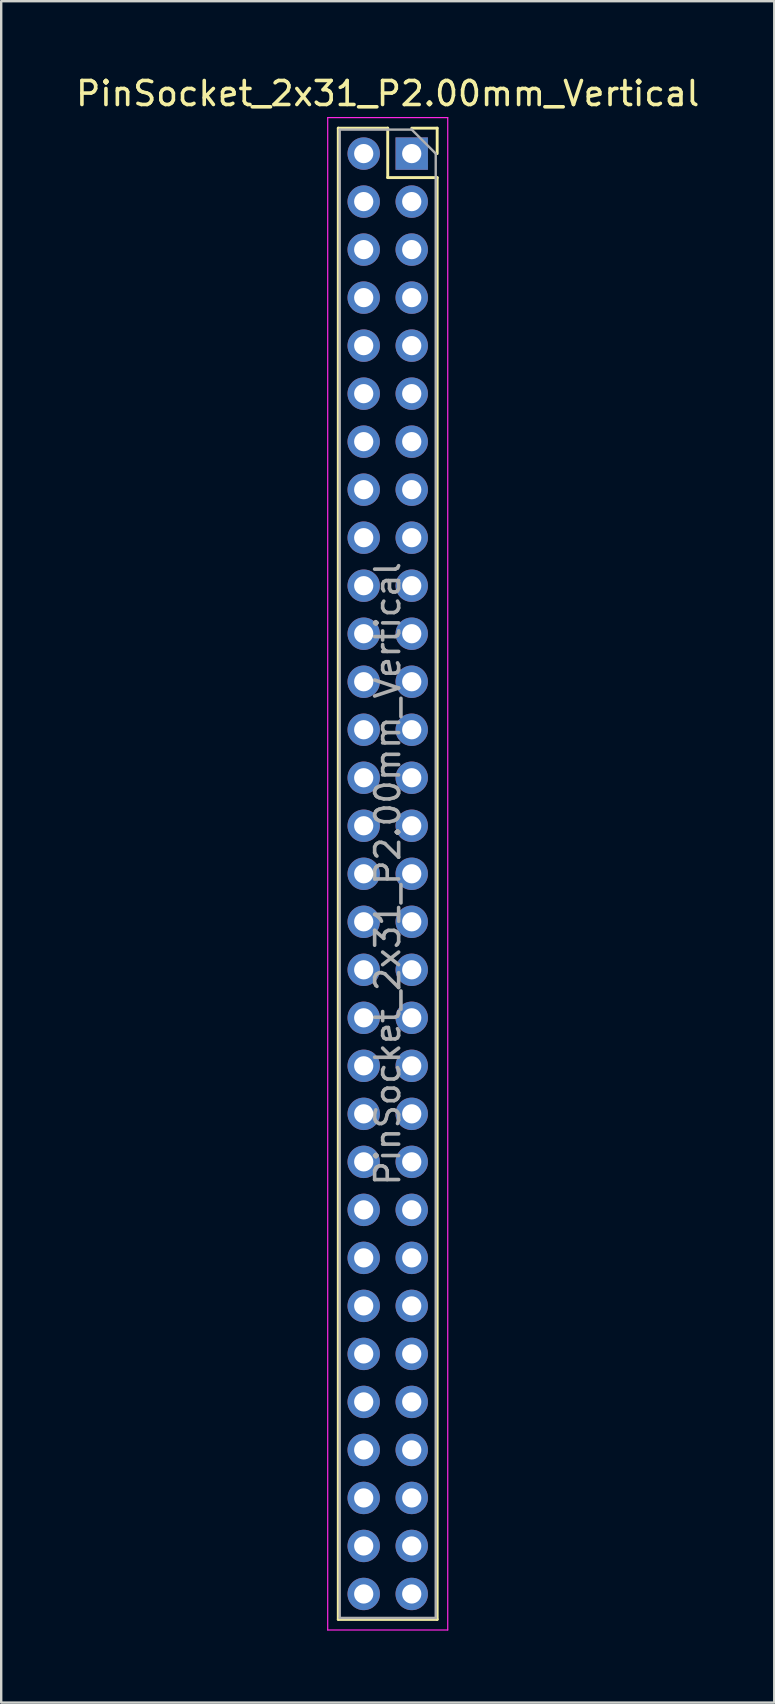
<source format=kicad_pcb>
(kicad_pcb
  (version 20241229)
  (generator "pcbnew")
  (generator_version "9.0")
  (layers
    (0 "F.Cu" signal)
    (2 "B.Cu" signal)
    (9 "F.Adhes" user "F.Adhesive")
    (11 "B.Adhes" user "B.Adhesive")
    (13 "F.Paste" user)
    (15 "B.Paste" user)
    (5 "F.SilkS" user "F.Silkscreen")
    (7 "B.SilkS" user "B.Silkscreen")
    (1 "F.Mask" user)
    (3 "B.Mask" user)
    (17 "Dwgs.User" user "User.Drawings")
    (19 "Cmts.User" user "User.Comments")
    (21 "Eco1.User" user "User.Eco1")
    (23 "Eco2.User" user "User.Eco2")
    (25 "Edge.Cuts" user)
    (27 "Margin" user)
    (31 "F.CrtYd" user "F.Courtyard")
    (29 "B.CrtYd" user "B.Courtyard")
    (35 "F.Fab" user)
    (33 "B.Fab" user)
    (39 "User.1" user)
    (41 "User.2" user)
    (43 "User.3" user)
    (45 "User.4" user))
  (footprint "PinSocket_2x31_P2.00mm_Vertical"
    (layer "F.Cu")
    (at 14.101 3.348)
    (property "Reference" "PinSocket_2x31_P2.00mm_Vertical" (at -1 -2.5 0) (layer "F.SilkS") (effects (font (size 1 1) (thickness 0.15))))
    (attr through_hole)
    (fp_line (start -3.06 -1.06) (end -3.06 61.06) (stroke (width 0.12) (type solid)) (layer "F.SilkS"))
    (fp_line (start -3.06 -1.06) (end -1 -1.06) (stroke (width 0.12) (type solid)) (layer "F.SilkS"))
    (fp_line (start -3.06 61.06) (end 1.06 61.06) (stroke (width 0.12) (type solid)) (layer "F.SilkS"))
    (fp_line (start -1 -1.06) (end -1 1) (stroke (width 0.12) (type solid)) (layer "F.SilkS"))
    (fp_line (start -1 1) (end 1.06 1) (stroke (width 0.12) (type solid)) (layer "F.SilkS"))
    (fp_line (start 0 -1.06) (end 1.06 -1.06) (stroke (width 0.12) (type solid)) (layer "F.SilkS"))
    (fp_line (start 1.06 -1.06) (end 1.06 0) (stroke (width 0.12) (type solid)) (layer "F.SilkS"))
    (fp_line (start 1.06 1) (end 1.06 61.06) (stroke (width 0.12) (type solid)) (layer "F.SilkS"))
    (fp_line (start -3.5 -1.5) (end 1.5 -1.5) (stroke (width 0.05) (type solid)) (layer "F.CrtYd"))
    (fp_line (start -3.5 61.5) (end -3.5 -1.5) (stroke (width 0.05) (type solid)) (layer "F.CrtYd"))
    (fp_line (start 1.5 -1.5) (end 1.5 61.5) (stroke (width 0.05) (type solid)) (layer "F.CrtYd"))
    (fp_line (start 1.5 61.5) (end -3.5 61.5) (stroke (width 0.05) (type solid)) (layer "F.CrtYd"))
    (fp_line (start -3 -1) (end 0 -1) (stroke (width 0.1) (type solid)) (layer "F.Fab"))
    (fp_line (start -3 61) (end -3 -1) (stroke (width 0.1) (type solid)) (layer "F.Fab"))
    (fp_line (start 0 -1) (end 1 0) (stroke (width 0.1) (type solid)) (layer "F.Fab"))
    (fp_line (start 1 0) (end 1 61) (stroke (width 0.1) (type solid)) (layer "F.Fab"))
    (fp_line (start 1 61) (end -3 61) (stroke (width 0.1) (type solid)) (layer "F.Fab"))
    (fp_text user "${REFERENCE}" (at -1 30 90) (layer "F.Fab") (effects (font (size 1 1) (thickness 0.15))))
    (pad "1" thru_hole rect (at 0 0) (size 1.35 1.35) (drill 0.8) (layers "*.Cu" "*.Mask"))
    (pad "2" thru_hole oval (at -2 0) (size 1.35 1.35) (drill 0.8) (layers "*.Cu" "*.Mask"))
    (pad "3" thru_hole oval (at 0 2) (size 1.35 1.35) (drill 0.8) (layers "*.Cu" "*.Mask"))
    (pad "4" thru_hole oval (at -2 2) (size 1.35 1.35) (drill 0.8) (layers "*.Cu" "*.Mask"))
    (pad "5" thru_hole oval (at 0 4) (size 1.35 1.35) (drill 0.8) (layers "*.Cu" "*.Mask"))
    (pad "6" thru_hole oval (at -2 4) (size 1.35 1.35) (drill 0.8) (layers "*.Cu" "*.Mask"))
    (pad "7" thru_hole oval (at 0 6) (size 1.35 1.35) (drill 0.8) (layers "*.Cu" "*.Mask"))
    (pad "8" thru_hole oval (at -2 6) (size 1.35 1.35) (drill 0.8) (layers "*.Cu" "*.Mask"))
    (pad "9" thru_hole oval (at 0 8) (size 1.35 1.35) (drill 0.8) (layers "*.Cu" "*.Mask"))
    (pad "10" thru_hole oval (at -2 8) (size 1.35 1.35) (drill 0.8) (layers "*.Cu" "*.Mask"))
    (pad "11" thru_hole oval (at 0 10) (size 1.35 1.35) (drill 0.8) (layers "*.Cu" "*.Mask"))
    (pad "12" thru_hole oval (at -2 10) (size 1.35 1.35) (drill 0.8) (layers "*.Cu" "*.Mask"))
    (pad "13" thru_hole oval (at 0 12) (size 1.35 1.35) (drill 0.8) (layers "*.Cu" "*.Mask"))
    (pad "14" thru_hole oval (at -2 12) (size 1.35 1.35) (drill 0.8) (layers "*.Cu" "*.Mask"))
    (pad "15" thru_hole oval (at 0 14) (size 1.35 1.35) (drill 0.8) (layers "*.Cu" "*.Mask"))
    (pad "16" thru_hole oval (at -2 14) (size 1.35 1.35) (drill 0.8) (layers "*.Cu" "*.Mask"))
    (pad "17" thru_hole oval (at 0 16) (size 1.35 1.35) (drill 0.8) (layers "*.Cu" "*.Mask"))
    (pad "18" thru_hole oval (at -2 16) (size 1.35 1.35) (drill 0.8) (layers "*.Cu" "*.Mask"))
    (pad "19" thru_hole oval (at 0 18) (size 1.35 1.35) (drill 0.8) (layers "*.Cu" "*.Mask"))
    (pad "20" thru_hole oval (at -2 18) (size 1.35 1.35) (drill 0.8) (layers "*.Cu" "*.Mask"))
    (pad "21" thru_hole oval (at 0 20) (size 1.35 1.35) (drill 0.8) (layers "*.Cu" "*.Mask"))
    (pad "22" thru_hole oval (at -2 20) (size 1.35 1.35) (drill 0.8) (layers "*.Cu" "*.Mask"))
    (pad "23" thru_hole oval (at 0 22) (size 1.35 1.35) (drill 0.8) (layers "*.Cu" "*.Mask"))
    (pad "24" thru_hole oval (at -2 22) (size 1.35 1.35) (drill 0.8) (layers "*.Cu" "*.Mask"))
    (pad "25" thru_hole oval (at 0 24) (size 1.35 1.35) (drill 0.8) (layers "*.Cu" "*.Mask"))
    (pad "26" thru_hole oval (at -2 24) (size 1.35 1.35) (drill 0.8) (layers "*.Cu" "*.Mask"))
    (pad "27" thru_hole oval (at 0 26) (size 1.35 1.35) (drill 0.8) (layers "*.Cu" "*.Mask"))
    (pad "28" thru_hole oval (at -2 26) (size 1.35 1.35) (drill 0.8) (layers "*.Cu" "*.Mask"))
    (pad "29" thru_hole oval (at 0 28) (size 1.35 1.35) (drill 0.8) (layers "*.Cu" "*.Mask"))
    (pad "30" thru_hole oval (at -2 28) (size 1.35 1.35) (drill 0.8) (layers "*.Cu" "*.Mask"))
    (pad "31" thru_hole oval (at 0 30) (size 1.35 1.35) (drill 0.8) (layers "*.Cu" "*.Mask"))
    (pad "32" thru_hole oval (at -2 30) (size 1.35 1.35) (drill 0.8) (layers "*.Cu" "*.Mask"))
    (pad "33" thru_hole oval (at 0 32) (size 1.35 1.35) (drill 0.8) (layers "*.Cu" "*.Mask"))
    (pad "34" thru_hole oval (at -2 32) (size 1.35 1.35) (drill 0.8) (layers "*.Cu" "*.Mask"))
    (pad "35" thru_hole oval (at 0 34) (size 1.35 1.35) (drill 0.8) (layers "*.Cu" "*.Mask"))
    (pad "36" thru_hole oval (at -2 34) (size 1.35 1.35) (drill 0.8) (layers "*.Cu" "*.Mask"))
    (pad "37" thru_hole oval (at 0 36) (size 1.35 1.35) (drill 0.8) (layers "*.Cu" "*.Mask"))
    (pad "38" thru_hole oval (at -2 36) (size 1.35 1.35) (drill 0.8) (layers "*.Cu" "*.Mask"))
    (pad "39" thru_hole oval (at 0 38) (size 1.35 1.35) (drill 0.8) (layers "*.Cu" "*.Mask"))
    (pad "40" thru_hole oval (at -2 38) (size 1.35 1.35) (drill 0.8) (layers "*.Cu" "*.Mask"))
    (pad "41" thru_hole oval (at 0 40) (size 1.35 1.35) (drill 0.8) (layers "*.Cu" "*.Mask"))
    (pad "42" thru_hole oval (at -2 40) (size 1.35 1.35) (drill 0.8) (layers "*.Cu" "*.Mask"))
    (pad "43" thru_hole oval (at 0 42) (size 1.35 1.35) (drill 0.8) (layers "*.Cu" "*.Mask"))
    (pad "44" thru_hole oval (at -2 42) (size 1.35 1.35) (drill 0.8) (layers "*.Cu" "*.Mask"))
    (pad "45" thru_hole oval (at 0 44) (size 1.35 1.35) (drill 0.8) (layers "*.Cu" "*.Mask"))
    (pad "46" thru_hole oval (at -2 44) (size 1.35 1.35) (drill 0.8) (layers "*.Cu" "*.Mask"))
    (pad "47" thru_hole oval (at 0 46) (size 1.35 1.35) (drill 0.8) (layers "*.Cu" "*.Mask"))
    (pad "48" thru_hole oval (at -2 46) (size 1.35 1.35) (drill 0.8) (layers "*.Cu" "*.Mask"))
    (pad "49" thru_hole oval (at 0 48) (size 1.35 1.35) (drill 0.8) (layers "*.Cu" "*.Mask"))
    (pad "50" thru_hole oval (at -2 48) (size 1.35 1.35) (drill 0.8) (layers "*.Cu" "*.Mask"))
    (pad "51" thru_hole oval (at 0 50) (size 1.35 1.35) (drill 0.8) (layers "*.Cu" "*.Mask"))
    (pad "52" thru_hole oval (at -2 50) (size 1.35 1.35) (drill 0.8) (layers "*.Cu" "*.Mask"))
    (pad "53" thru_hole oval (at 0 52) (size 1.35 1.35) (drill 0.8) (layers "*.Cu" "*.Mask"))
    (pad "54" thru_hole oval (at -2 52) (size 1.35 1.35) (drill 0.8) (layers "*.Cu" "*.Mask"))
    (pad "55" thru_hole oval (at 0 54) (size 1.35 1.35) (drill 0.8) (layers "*.Cu" "*.Mask"))
    (pad "56" thru_hole oval (at -2 54) (size 1.35 1.35) (drill 0.8) (layers "*.Cu" "*.Mask"))
    (pad "57" thru_hole oval (at 0 56) (size 1.35 1.35) (drill 0.8) (layers "*.Cu" "*.Mask"))
    (pad "58" thru_hole oval (at -2 56) (size 1.35 1.35) (drill 0.8) (layers "*.Cu" "*.Mask"))
    (pad "59" thru_hole oval (at 0 58) (size 1.35 1.35) (drill 0.8) (layers "*.Cu" "*.Mask"))
    (pad "60" thru_hole oval (at -2 58) (size 1.35 1.35) (drill 0.8) (layers "*.Cu" "*.Mask"))
    (pad "61" thru_hole oval (at 0 60) (size 1.35 1.35) (drill 0.8) (layers "*.Cu" "*.Mask"))
    (pad "62" thru_hole oval (at -2 60) (size 1.35 1.35) (drill 0.8) (layers "*.Cu" "*.Mask")))
  (gr_rect
    (start -3 -3)
    (end 29.202 67.873)
    (stroke (width 0.1) (type default))
    (fill no)
    (layer "Edge.Cuts")))
</source>
